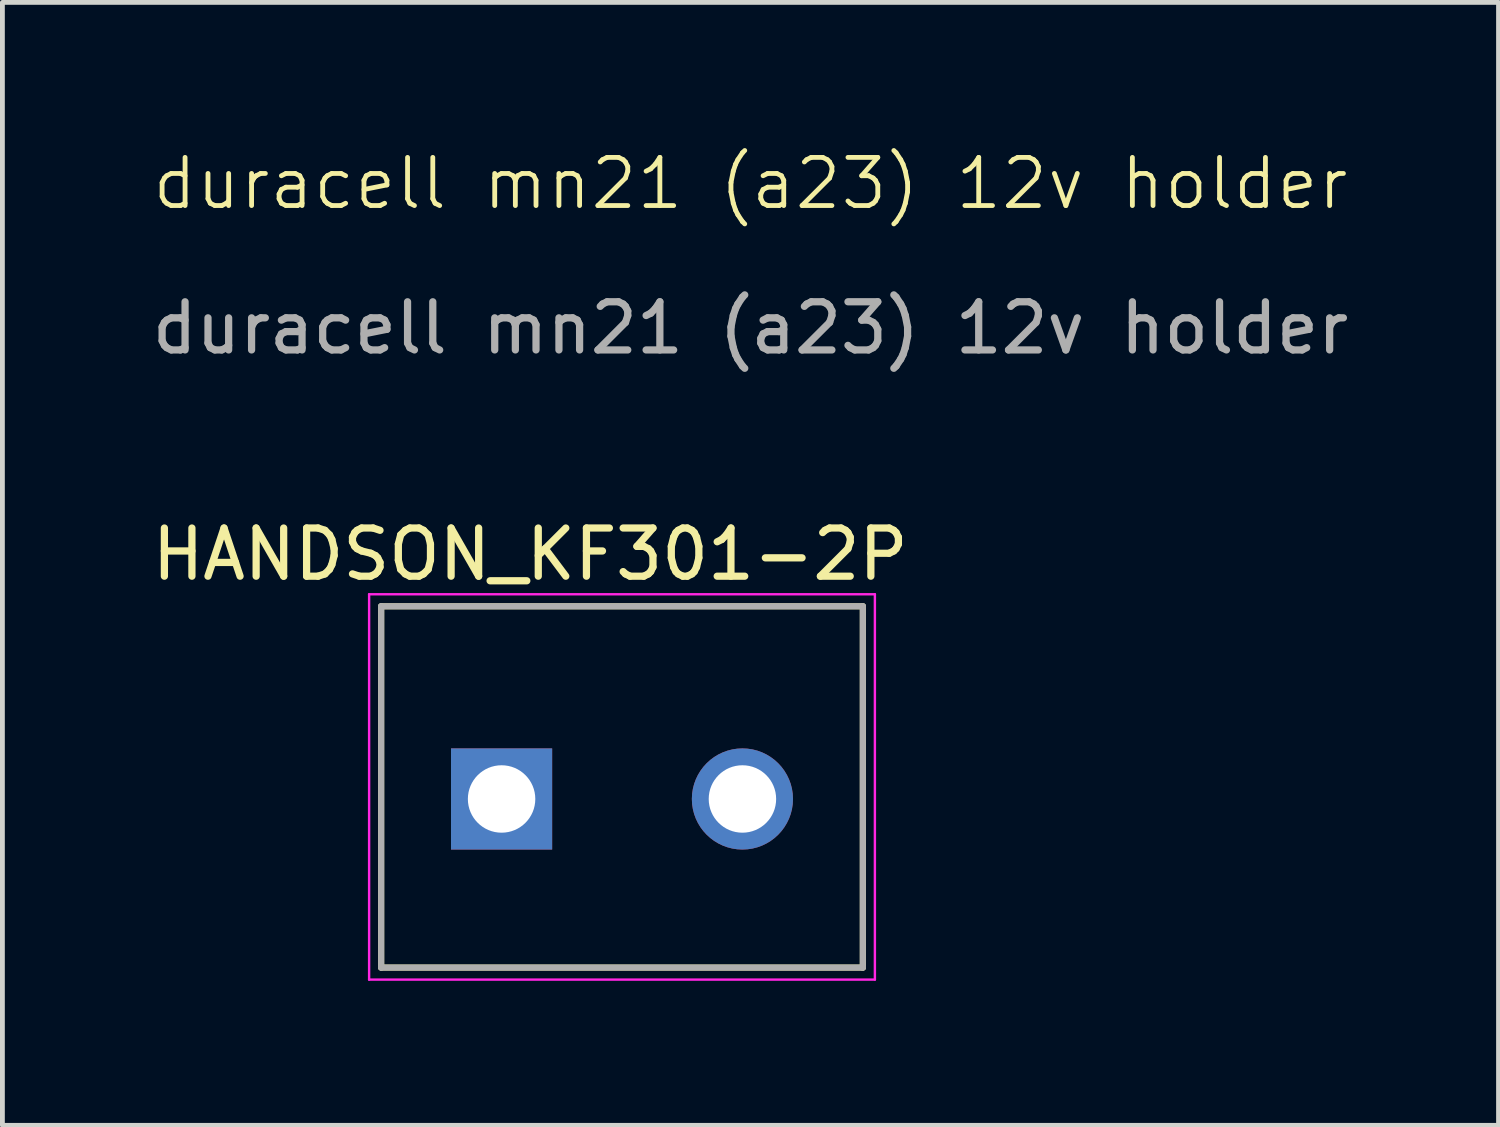
<source format=kicad_pcb>
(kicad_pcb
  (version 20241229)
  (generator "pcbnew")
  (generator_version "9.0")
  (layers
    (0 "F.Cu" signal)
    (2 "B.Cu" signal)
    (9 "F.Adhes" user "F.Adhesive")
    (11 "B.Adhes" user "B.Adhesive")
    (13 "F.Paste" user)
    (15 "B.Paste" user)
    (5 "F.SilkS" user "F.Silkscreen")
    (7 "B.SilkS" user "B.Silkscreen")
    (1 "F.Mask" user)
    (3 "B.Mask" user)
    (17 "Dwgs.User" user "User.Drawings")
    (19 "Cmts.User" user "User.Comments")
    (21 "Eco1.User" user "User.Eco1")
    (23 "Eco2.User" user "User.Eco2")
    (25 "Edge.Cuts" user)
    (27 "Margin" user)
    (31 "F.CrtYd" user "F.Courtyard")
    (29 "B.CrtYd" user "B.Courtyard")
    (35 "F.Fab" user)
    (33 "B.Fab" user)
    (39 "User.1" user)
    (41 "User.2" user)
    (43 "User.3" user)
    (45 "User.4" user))
  (footprint "HANDSON_KF301-2P"
    (layer "F.Cu")
    (at 9.863 13.537)
    (property "Reference" "HANDSON_KF301-2P" (at -1.905 -5.08 0) (layer "F.SilkS") (effects (font (size 1 1) (thickness 0.15))))
    (attr through_hole)
    (fp_line (start -5 -4) (end 5 -4) (stroke (width 0.127) (type solid)) (layer "F.SilkS"))
    (fp_line (start -5 3.5) (end -5 -4) (stroke (width 0.127) (type solid)) (layer "F.SilkS"))
    (fp_line (start 5 -4) (end 5 3.5) (stroke (width 0.127) (type solid)) (layer "F.SilkS"))
    (fp_line (start 5 3.5) (end -5 3.5) (stroke (width 0.127) (type solid)) (layer "F.SilkS"))
    (fp_line (start -5.25 -4.25) (end 5.25 -4.25) (stroke (width 0.05) (type solid)) (layer "F.CrtYd"))
    (fp_line (start -5.25 3.75) (end -5.25 -4.25) (stroke (width 0.05) (type solid)) (layer "F.CrtYd"))
    (fp_line (start 5.25 -4.25) (end 5.25 3.75) (stroke (width 0.05) (type solid)) (layer "F.CrtYd"))
    (fp_line (start 5.25 3.75) (end -5.25 3.75) (stroke (width 0.05) (type solid)) (layer "F.CrtYd"))
    (fp_line (start -5 -4) (end 5 -4) (stroke (width 0.127) (type solid)) (layer "F.Fab"))
    (fp_line (start -5 3.5) (end -5 -4) (stroke (width 0.127) (type solid)) (layer "F.Fab"))
    (fp_line (start 5 -4) (end 5 3.5) (stroke (width 0.127) (type solid)) (layer "F.Fab"))
    (fp_line (start 5 3.5) (end -5 3.5) (stroke (width 0.127) (type solid)) (layer "F.Fab"))
    (pad "1" thru_hole rect (at -2.5 0) (size 2.1 2.1) (drill 1.4) (layers "*.Cu" "*.Mask"))
    (pad "2" thru_hole circle (at 2.5 0) (size 2.1 2.1) (drill 1.4) (layers "*.Cu" "*.Mask")))
  (footprint "duracell mn21 (a23) 12v holder"
    (layer "F.Cu")
    (at 12.53 1.26)
    (property "Reference" "duracell mn21 (a23) 12v holder" (at 0 -0.5 0) (unlocked yes) (layer "F.SilkS") (effects (font (size 1 1) (thickness 0.1))))
    (attr smd)
    (fp_text user "${REFERENCE}" (at 0 2.5 0) (unlocked yes) (layer "F.Fab") (effects (font (size 1 1) (thickness 0.15)))))
  (gr_rect
    (start -3 -3)
    (end 28.06 20.312)
    (stroke (width 0.1) (type default))
    (fill no)
    (layer "Edge.Cuts")))
</source>
